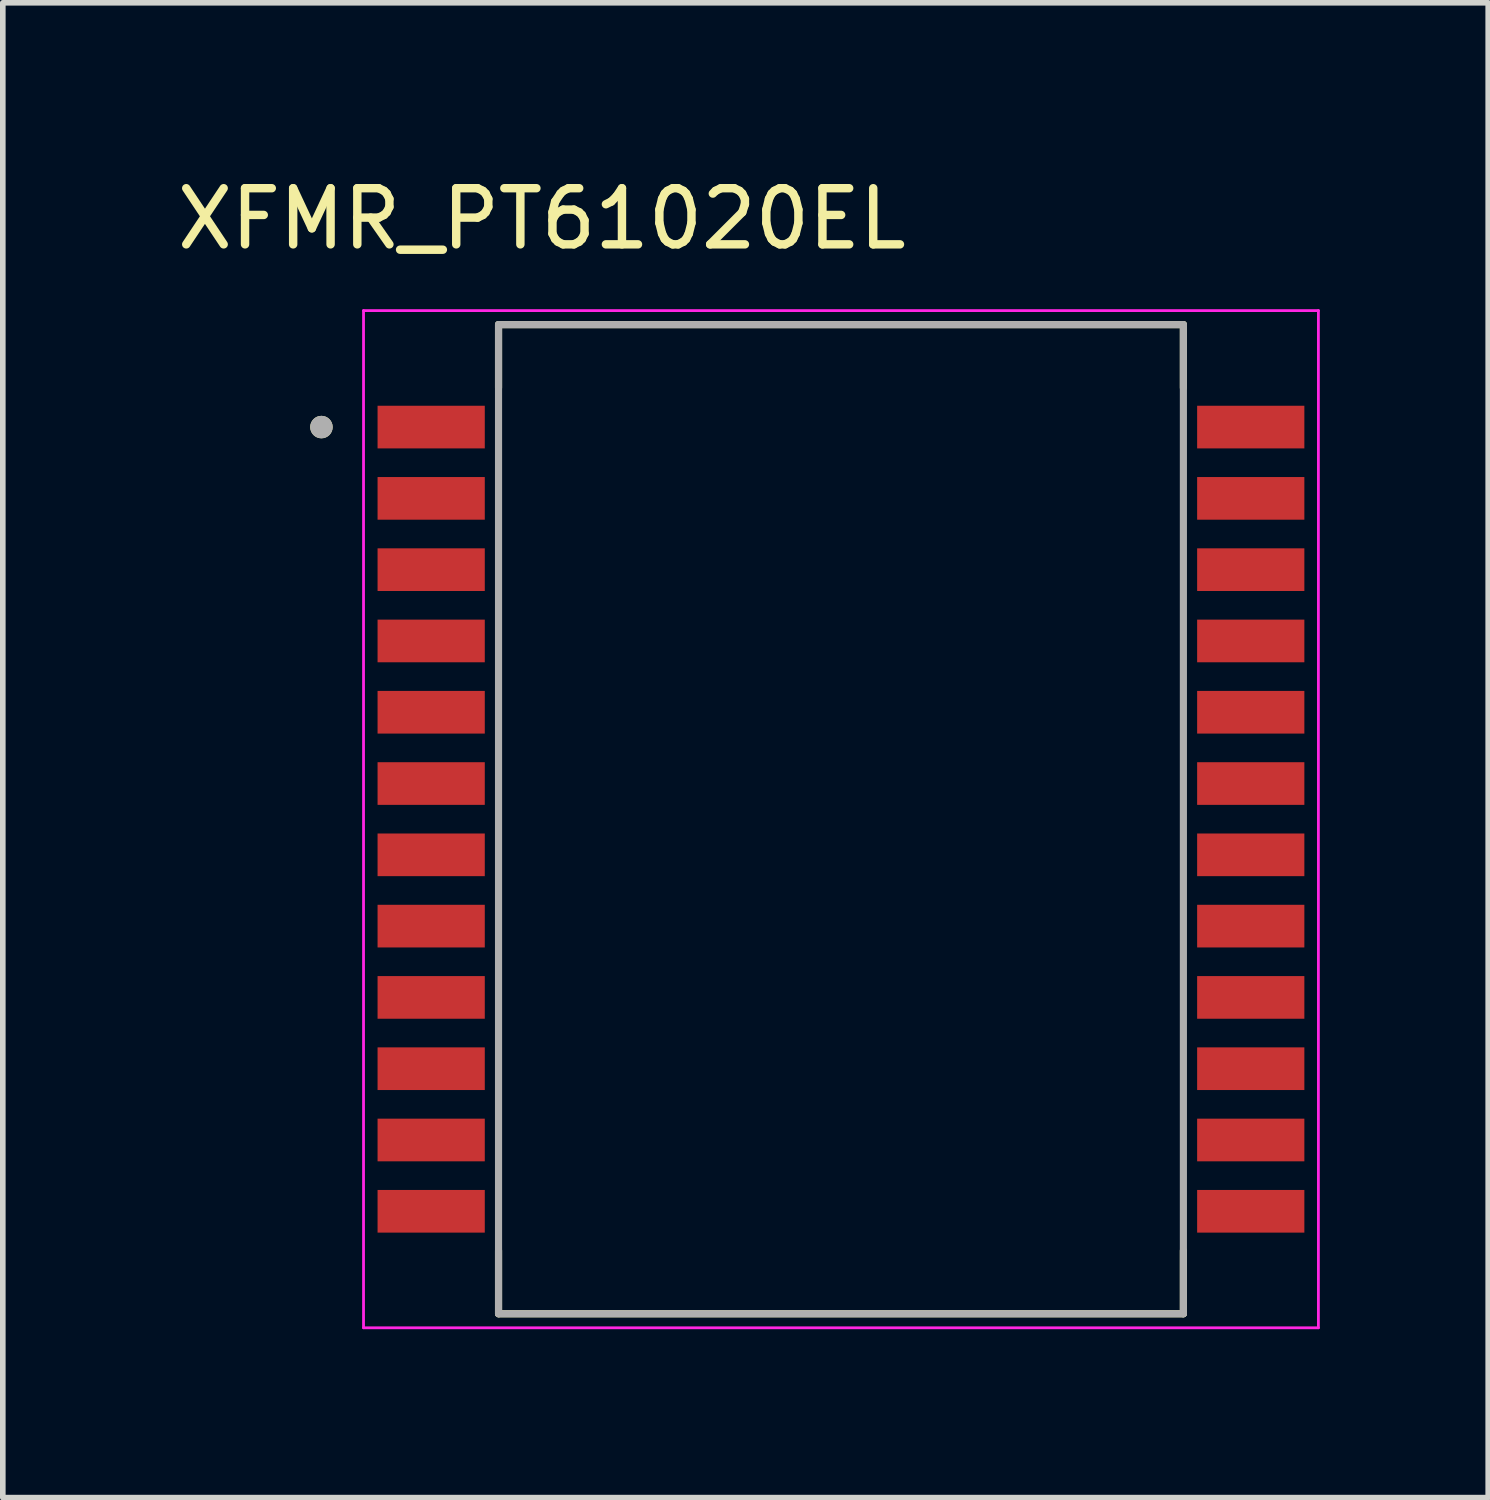
<source format=kicad_pcb>
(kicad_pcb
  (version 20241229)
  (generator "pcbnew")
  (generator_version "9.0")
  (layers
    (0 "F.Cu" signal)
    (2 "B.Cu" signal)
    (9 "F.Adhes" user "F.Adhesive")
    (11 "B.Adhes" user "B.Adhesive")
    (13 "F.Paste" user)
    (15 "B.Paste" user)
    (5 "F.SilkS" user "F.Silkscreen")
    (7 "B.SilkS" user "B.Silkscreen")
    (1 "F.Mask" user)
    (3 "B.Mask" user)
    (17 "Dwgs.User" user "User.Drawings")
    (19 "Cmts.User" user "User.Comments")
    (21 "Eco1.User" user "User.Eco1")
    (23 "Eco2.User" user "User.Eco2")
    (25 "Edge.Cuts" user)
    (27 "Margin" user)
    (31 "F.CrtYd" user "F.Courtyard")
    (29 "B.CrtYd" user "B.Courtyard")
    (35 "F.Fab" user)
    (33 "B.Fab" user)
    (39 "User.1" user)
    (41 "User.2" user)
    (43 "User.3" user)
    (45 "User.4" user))
  (footprint "XFMR_PT61020EL"
    (layer "F.Cu")
    (at 11.931 11.543)
    (property "Reference" "XFMR_PT61020EL" (at -5.33 -10.695 0) (layer "F.SilkS") (effects (font (size 1 1) (thickness 0.15))))
    (attr smd)
    (fp_line (start -6.1 -8.81) (end 6.1 -8.81) (stroke (width 0.127) (type solid)) (layer "F.SilkS"))
    (fp_line (start -6.1 -7.685) (end -6.1 -8.81) (stroke (width 0.127) (type solid)) (layer "F.SilkS"))
    (fp_line (start -6.1 8.81) (end -6.1 7.685) (stroke (width 0.127) (type solid)) (layer "F.SilkS"))
    (fp_line (start 6.1 -8.81) (end 6.1 -7.685) (stroke (width 0.127) (type solid)) (layer "F.SilkS"))
    (fp_line (start 6.1 8.81) (end -6.1 8.81) (stroke (width 0.127) (type solid)) (layer "F.SilkS"))
    (fp_line (start 6.1 8.81) (end 6.1 7.685) (stroke (width 0.127) (type solid)) (layer "F.SilkS"))
    (fp_circle (center -9.255 -6.985) (end -9.155 -6.985) (stroke (width 0.2) (type solid)) (fill no) (layer "F.SilkS"))
    (fp_line (start -8.505 -9.06) (end -8.505 9.06) (stroke (width 0.05) (type solid)) (layer "F.CrtYd"))
    (fp_line (start -8.505 9.06) (end 8.505 9.06) (stroke (width 0.05) (type solid)) (layer "F.CrtYd"))
    (fp_line (start 8.505 -9.06) (end -8.505 -9.06) (stroke (width 0.05) (type solid)) (layer "F.CrtYd"))
    (fp_line (start 8.505 9.06) (end 8.505 -9.06) (stroke (width 0.05) (type solid)) (layer "F.CrtYd"))
    (fp_line (start -6.1 -8.81) (end 6.1 -8.81) (stroke (width 0.127) (type solid)) (layer "F.Fab"))
    (fp_line (start -6.1 8.81) (end -6.1 -8.81) (stroke (width 0.127) (type solid)) (layer "F.Fab"))
    (fp_line (start 6.1 -8.81) (end 6.1 8.81) (stroke (width 0.127) (type solid)) (layer "F.Fab"))
    (fp_line (start 6.1 8.81) (end -6.1 8.81) (stroke (width 0.127) (type solid)) (layer "F.Fab"))
    (fp_circle (center -9.255 -6.985) (end -9.155 -6.985) (stroke (width 0.2) (type solid)) (fill no) (layer "F.Fab"))
    (pad "1" smd rect (at -7.3 -6.985) (size 1.91 0.76) (layers "F.Cu" "F.Mask" "F.Paste"))
    (pad "2" smd rect (at -7.3 -5.715) (size 1.91 0.76) (layers "F.Cu" "F.Mask" "F.Paste"))
    (pad "3" smd rect (at -7.3 -4.445) (size 1.91 0.76) (layers "F.Cu" "F.Mask" "F.Paste"))
    (pad "4" smd rect (at -7.3 -3.175) (size 1.91 0.76) (layers "F.Cu" "F.Mask" "F.Paste"))
    (pad "5" smd rect (at -7.3 -1.905) (size 1.91 0.76) (layers "F.Cu" "F.Mask" "F.Paste"))
    (pad "6" smd rect (at -7.3 -0.635) (size 1.91 0.76) (layers "F.Cu" "F.Mask" "F.Paste"))
    (pad "7" smd rect (at -7.3 0.635) (size 1.91 0.76) (layers "F.Cu" "F.Mask" "F.Paste"))
    (pad "8" smd rect (at -7.3 1.905) (size 1.91 0.76) (layers "F.Cu" "F.Mask" "F.Paste"))
    (pad "9" smd rect (at -7.3 3.175) (size 1.91 0.76) (layers "F.Cu" "F.Mask" "F.Paste"))
    (pad "10" smd rect (at -7.3 4.445) (size 1.91 0.76) (layers "F.Cu" "F.Mask" "F.Paste"))
    (pad "11" smd rect (at -7.3 5.715) (size 1.91 0.76) (layers "F.Cu" "F.Mask" "F.Paste"))
    (pad "12" smd rect (at -7.3 6.985) (size 1.91 0.76) (layers "F.Cu" "F.Mask" "F.Paste"))
    (pad "13" smd rect (at 7.3 6.985) (size 1.91 0.76) (layers "F.Cu" "F.Mask" "F.Paste"))
    (pad "14" smd rect (at 7.3 5.715) (size 1.91 0.76) (layers "F.Cu" "F.Mask" "F.Paste"))
    (pad "15" smd rect (at 7.3 4.445) (size 1.91 0.76) (layers "F.Cu" "F.Mask" "F.Paste"))
    (pad "16" smd rect (at 7.3 3.175) (size 1.91 0.76) (layers "F.Cu" "F.Mask" "F.Paste"))
    (pad "17" smd rect (at 7.3 1.905) (size 1.91 0.76) (layers "F.Cu" "F.Mask" "F.Paste"))
    (pad "18" smd rect (at 7.3 0.635) (size 1.91 0.76) (layers "F.Cu" "F.Mask" "F.Paste"))
    (pad "19" smd rect (at 7.3 -0.635) (size 1.91 0.76) (layers "F.Cu" "F.Mask" "F.Paste"))
    (pad "20" smd rect (at 7.3 -1.905) (size 1.91 0.76) (layers "F.Cu" "F.Mask" "F.Paste"))
    (pad "21" smd rect (at 7.3 -3.175) (size 1.91 0.76) (layers "F.Cu" "F.Mask" "F.Paste"))
    (pad "22" smd rect (at 7.3 -4.445) (size 1.91 0.76) (layers "F.Cu" "F.Mask" "F.Paste"))
    (pad "23" smd rect (at 7.3 -5.715) (size 1.91 0.76) (layers "F.Cu" "F.Mask" "F.Paste"))
    (pad "24" smd rect (at 7.3 -6.985) (size 1.91 0.76) (layers "F.Cu" "F.Mask" "F.Paste")))
  (gr_rect
    (start -3 -3)
    (end 23.461 23.628)
    (stroke (width 0.1) (type default))
    (fill no)
    (layer "Edge.Cuts")))
</source>
